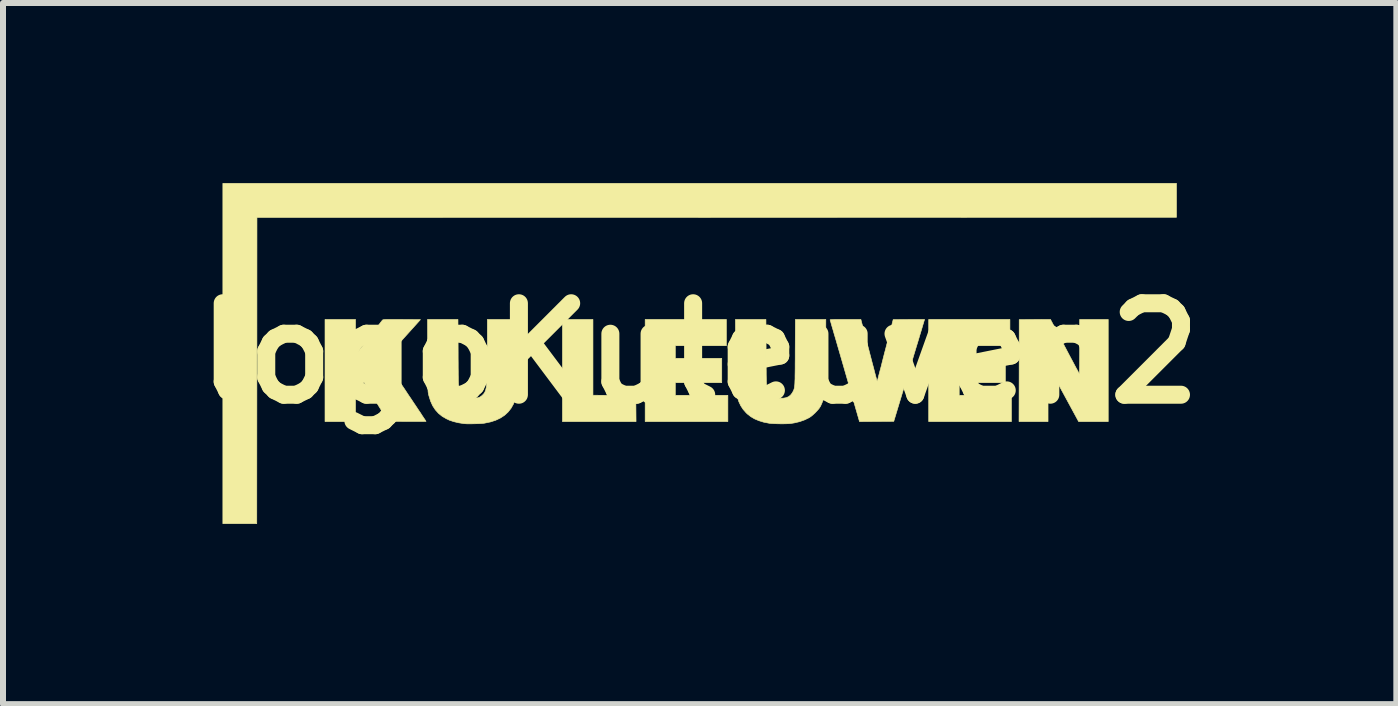
<source format=kicad_pcb>
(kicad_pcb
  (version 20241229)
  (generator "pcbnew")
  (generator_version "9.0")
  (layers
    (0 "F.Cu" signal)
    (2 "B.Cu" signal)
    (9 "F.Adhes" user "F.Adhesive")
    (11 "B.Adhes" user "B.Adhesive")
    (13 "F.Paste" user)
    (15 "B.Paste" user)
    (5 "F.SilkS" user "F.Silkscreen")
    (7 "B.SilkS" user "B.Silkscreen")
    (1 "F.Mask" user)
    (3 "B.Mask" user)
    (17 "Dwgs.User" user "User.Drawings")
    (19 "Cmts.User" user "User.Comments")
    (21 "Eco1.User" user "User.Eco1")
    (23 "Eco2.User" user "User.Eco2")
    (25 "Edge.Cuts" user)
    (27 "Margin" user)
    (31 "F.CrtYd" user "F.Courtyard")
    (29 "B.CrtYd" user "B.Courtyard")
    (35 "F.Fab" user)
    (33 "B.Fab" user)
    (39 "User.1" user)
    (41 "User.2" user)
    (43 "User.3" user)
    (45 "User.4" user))
  (footprint "logoKuleuven2"
    (layer "F.Cu")
    (at 8.607 2.837)
    (property "Reference" "logoKuleuven2" (at 0 0 0) (layer "F.SilkS") (effects (font (size 1.524 1.524) (thickness 0.3))))
    (attr through_hole)
    (fp_poly (pts (xy -1.778 0.698) (xy -1.421 0.7) (xy -1.064 0.702) (xy -1.062 0.919) (xy -1.06 1.137) (xy -2.286 1.137) (xy -2.286 -0.565) (xy -1.778 -0.565) (xy -1.778 0.698)) (stroke (width 0.01) (type solid)) (fill yes) (layer "F.SilkS"))
    (fp_poly (pts (xy 7.944 -2.55) (xy 7.944 -2.267) (xy 0.284 -2.265) (xy -7.376 -2.264) (xy -7.377 0.287) (xy -7.379 2.838) (xy -7.944 2.838) (xy -7.944 -2.832) (xy 7.944 -2.832) (xy 7.944 -2.55)) (stroke (width 0.01) (type solid)) (fill yes) (layer "F.SilkS"))
    (fp_poly (pts (xy 0.445 -0.127) (xy -0.406 -0.127) (xy -0.406 0.083) (xy 0.368 0.083) (xy 0.368 0.489) (xy -0.406 0.489) (xy -0.406 0.699) (xy 0.47 0.699) (xy 0.47 1.137) (xy -0.908 1.137) (xy -0.908 -0.565) (xy 0.445 -0.565) (xy 0.445 -0.127)) (stroke (width 0.01) (type solid)) (fill yes) (layer "F.SilkS"))
    (fp_poly (pts (xy 5.169 -0.127) (xy 4.324 -0.127) (xy 4.324 0.083) (xy 5.093 0.083) (xy 5.093 0.489) (xy 4.324 0.489) (xy 4.324 0.699) (xy 5.194 0.699) (xy 5.194 1.137) (xy 3.816 1.137) (xy 3.816 -0.565) (xy 5.169 -0.565) (xy 5.169 -0.127)) (stroke (width 0.01) (type solid)) (fill yes) (layer "F.SilkS"))
    (fp_poly (pts (xy 6.807 1.137) (xy 6.314 1.137) (xy 6.065 0.678) (xy 6.026 0.607) (xy 5.99 0.54) (xy 5.955 0.476) (xy 5.923 0.418) (xy 5.894 0.365) (xy 5.868 0.318) (xy 5.847 0.279) (xy 5.83 0.249) (xy 5.818 0.227) (xy 5.811 0.215) (xy 5.81 0.213) (xy 5.809 0.218) (xy 5.808 0.235) (xy 5.807 0.264) (xy 5.806 0.303) (xy 5.805 0.352) (xy 5.805 0.411) (xy 5.804 0.478) (xy 5.804 0.553) (xy 5.804 0.636) (xy 5.804 0.672) (xy 5.804 1.137) (xy 5.321 1.137) (xy 5.323 0.287) (xy 5.324 -0.562) (xy 5.585 -0.564) (xy 5.845 -0.565) (xy 6.079 -0.121) (xy 6.116 -0.051) (xy 6.151 0.016) (xy 6.184 0.078) (xy 6.215 0.136) (xy 6.243 0.189) (xy 6.267 0.234) (xy 6.288 0.272) (xy 6.304 0.302) (xy 6.315 0.323) (xy 6.321 0.333) (xy 6.322 0.334) (xy 6.323 0.335) (xy 6.325 0.332) (xy 6.326 0.325) (xy 6.327 0.313) (xy 6.328 0.294) (xy 6.329 0.269) (xy 6.329 0.236) (xy 6.33 0.195) (xy 6.33 0.145) (xy 6.33 0.084) (xy 6.331 0.013) (xy 6.331 -0.07) (xy 6.331 -0.11) (xy 6.331 -0.565) (xy 6.807 -0.565) (xy 6.807 1.137)) (stroke (width 0.01) (type solid)) (fill yes) (layer "F.SilkS"))
    (fp_poly (pts (xy 2.692 -0.541) (xy 2.694 -0.532) (xy 2.7 -0.51) (xy 2.708 -0.479) (xy 2.719 -0.438) (xy 2.732 -0.389) (xy 2.746 -0.333) (xy 2.763 -0.27) (xy 2.781 -0.202) (xy 2.8 -0.129) (xy 2.82 -0.053) (xy 2.826 -0.029) (xy 2.846 0.048) (xy 2.865 0.121) (xy 2.883 0.189) (xy 2.9 0.252) (xy 2.914 0.308) (xy 2.927 0.357) (xy 2.938 0.398) (xy 2.947 0.43) (xy 2.953 0.451) (xy 2.956 0.462) (xy 2.956 0.463) (xy 2.957 0.463) (xy 2.958 0.462) (xy 2.959 0.459) (xy 2.961 0.453) (xy 2.964 0.444) (xy 2.968 0.43) (xy 2.973 0.412) (xy 2.979 0.387) (xy 2.987 0.356) (xy 2.997 0.318) (xy 3.009 0.272) (xy 3.024 0.217) (xy 3.04 0.152) (xy 3.059 0.077) (xy 3.081 -0.009) (xy 3.098 -0.073) (xy 3.224 -0.562) (xy 3.485 -0.564) (xy 3.541 -0.564) (xy 3.593 -0.564) (xy 3.64 -0.564) (xy 3.68 -0.564) (xy 3.711 -0.564) (xy 3.734 -0.564) (xy 3.745 -0.564) (xy 3.747 -0.563) (xy 3.745 -0.557) (xy 3.739 -0.54) (xy 3.731 -0.511) (xy 3.719 -0.473) (xy 3.705 -0.425) (xy 3.688 -0.368) (xy 3.668 -0.303) (xy 3.647 -0.232) (xy 3.623 -0.153) (xy 3.597 -0.068) (xy 3.57 0.021) (xy 3.542 0.116) (xy 3.512 0.214) (xy 3.49 0.286) (xy 3.234 1.133) (xy 2.663 1.137) (xy 2.42 0.294) (xy 2.391 0.193) (xy 2.363 0.096) (xy 2.336 0.003) (xy 2.31 -0.086) (xy 2.286 -0.169) (xy 2.264 -0.246) (xy 2.243 -0.316) (xy 2.225 -0.379) (xy 2.209 -0.433) (xy 2.196 -0.478) (xy 2.186 -0.514) (xy 2.178 -0.54) (xy 2.174 -0.554) (xy 2.173 -0.557) (xy 2.175 -0.559) (xy 2.182 -0.561) (xy 2.196 -0.562) (xy 2.218 -0.563) (xy 2.248 -0.564) (xy 2.288 -0.565) (xy 2.338 -0.565) (xy 2.399 -0.565) (xy 2.428 -0.565) (xy 2.686 -0.565) (xy 2.692 -0.541)) (stroke (width 0.01) (type solid)) (fill yes) (layer "F.SilkS"))
    (fp_poly (pts (xy 1.849 -0.565) (xy 2.102 -0.565) (xy 2.1 0.027) (xy 2.1 0.127) (xy 2.099 0.216) (xy 2.099 0.293) (xy 2.099 0.36) (xy 2.098 0.418) (xy 2.098 0.468) (xy 2.097 0.509) (xy 2.096 0.544) (xy 2.095 0.573) (xy 2.095 0.597) (xy 2.093 0.616) (xy 2.092 0.632) (xy 2.091 0.646) (xy 2.089 0.657) (xy 2.087 0.668) (xy 2.085 0.679) (xy 2.085 0.68) (xy 2.071 0.732) (xy 2.054 0.786) (xy 2.034 0.836) (xy 2.014 0.88) (xy 2.006 0.893) (xy 1.986 0.923) (xy 1.957 0.956) (xy 1.924 0.991) (xy 1.889 1.023) (xy 1.855 1.051) (xy 1.826 1.071) (xy 1.75 1.108) (xy 1.666 1.138) (xy 1.577 1.159) (xy 1.521 1.168) (xy 1.487 1.171) (xy 1.444 1.173) (xy 1.395 1.174) (xy 1.343 1.174) (xy 1.291 1.173) (xy 1.242 1.171) (xy 1.199 1.169) (xy 1.165 1.166) (xy 1.159 1.165) (xy 1.067 1.147) (xy 0.986 1.122) (xy 0.913 1.091) (xy 0.849 1.053) (xy 0.791 1.007) (xy 0.772 0.988) (xy 0.723 0.932) (xy 0.684 0.872) (xy 0.652 0.804) (xy 0.627 0.728) (xy 0.617 0.687) (xy 0.601 0.613) (xy 0.599 0.024) (xy 0.596 -0.565) (xy 1.104 -0.565) (xy 1.107 -0.024) (xy 1.107 0.073) (xy 1.108 0.159) (xy 1.108 0.233) (xy 1.109 0.297) (xy 1.109 0.352) (xy 1.11 0.399) (xy 1.111 0.437) (xy 1.111 0.469) (xy 1.113 0.495) (xy 1.114 0.516) (xy 1.115 0.532) (xy 1.116 0.545) (xy 1.118 0.555) (xy 1.119 0.56) (xy 1.133 0.607) (xy 1.149 0.644) (xy 1.169 0.675) (xy 1.181 0.688) (xy 1.208 0.712) (xy 1.238 0.73) (xy 1.274 0.741) (xy 1.319 0.747) (xy 1.337 0.748) (xy 1.394 0.747) (xy 1.441 0.739) (xy 1.481 0.722) (xy 1.513 0.697) (xy 1.54 0.663) (xy 1.547 0.65) (xy 1.555 0.637) (xy 1.561 0.625) (xy 1.566 0.613) (xy 1.571 0.601) (xy 1.575 0.587) (xy 1.579 0.57) (xy 1.581 0.55) (xy 1.584 0.526) (xy 1.586 0.497) (xy 1.587 0.463) (xy 1.589 0.421) (xy 1.589 0.372) (xy 1.59 0.315) (xy 1.591 0.248) (xy 1.591 0.172) (xy 1.592 0.084) (xy 1.592 -0.016) (xy 1.592 -0.021) (xy 1.595 -0.565) (xy 1.849 -0.565)) (stroke (width 0.01) (type solid)) (fill yes) (layer "F.SilkS"))
    (fp_poly (pts (xy -5.734 -0.272) (xy -5.734 -0.203) (xy -5.734 -0.146) (xy -5.734 -0.1) (xy -5.734 -0.063) (xy -5.733 -0.035) (xy -5.732 -0.015) (xy -5.731 -0.001) (xy -5.73 0.008) (xy -5.728 0.012) (xy -5.726 0.013) (xy -5.724 0.011) (xy -5.722 0.009) (xy -5.716 0.002) (xy -5.703 -0.014) (xy -5.684 -0.039) (xy -5.659 -0.071) (xy -5.629 -0.108) (xy -5.596 -0.151) (xy -5.56 -0.199) (xy -5.521 -0.249) (xy -5.502 -0.273) (xy -5.463 -0.325) (xy -5.425 -0.373) (xy -5.39 -0.418) (xy -5.359 -0.458) (xy -5.332 -0.493) (xy -5.311 -0.521) (xy -5.295 -0.541) (xy -5.286 -0.552) (xy -5.284 -0.554) (xy -5.281 -0.557) (xy -5.276 -0.559) (xy -5.268 -0.56) (xy -5.257 -0.562) (xy -5.241 -0.563) (xy -5.219 -0.564) (xy -5.19 -0.564) (xy -5.152 -0.564) (xy -5.106 -0.564) (xy -5.049 -0.564) (xy -4.981 -0.564) (xy -4.963 -0.564) (xy -4.652 -0.562) (xy -4.949 -0.232) (xy -5.005 -0.169) (xy -5.057 -0.111) (xy -5.103 -0.059) (xy -5.144 -0.013) (xy -5.178 0.026) (xy -5.205 0.058) (xy -5.225 0.083) (xy -5.238 0.099) (xy -5.242 0.106) (xy -5.242 0.106) (xy -5.238 0.113) (xy -5.228 0.129) (xy -5.211 0.154) (xy -5.189 0.188) (xy -5.162 0.229) (xy -5.13 0.277) (xy -5.093 0.331) (xy -5.054 0.391) (xy -5.011 0.455) (xy -4.965 0.524) (xy -4.917 0.595) (xy -4.899 0.622) (xy -4.851 0.695) (xy -4.804 0.764) (xy -4.761 0.829) (xy -4.72 0.89) (xy -4.683 0.946) (xy -4.649 0.996) (xy -4.621 1.04) (xy -4.597 1.076) (xy -4.578 1.103) (xy -4.566 1.123) (xy -4.56 1.132) (xy -4.559 1.133) (xy -4.565 1.134) (xy -4.583 1.134) (xy -4.611 1.135) (xy -4.648 1.135) (xy -4.693 1.135) (xy -4.744 1.135) (xy -4.801 1.135) (xy -4.863 1.135) (xy -4.875 1.135) (xy -5.19 1.133) (xy -5.389 0.81) (xy -5.425 0.752) (xy -5.458 0.697) (xy -5.49 0.646) (xy -5.518 0.601) (xy -5.543 0.561) (xy -5.563 0.529) (xy -5.579 0.505) (xy -5.589 0.489) (xy -5.593 0.484) (xy -5.599 0.488) (xy -5.611 0.5) (xy -5.629 0.518) (xy -5.651 0.542) (xy -5.666 0.558) (xy -5.734 0.634) (xy -5.734 1.137) (xy -6.242 1.137) (xy -6.242 -0.565) (xy -5.734 -0.565) (xy -5.734 -0.272)) (stroke (width 0.01) (type solid)) (fill yes) (layer "F.SilkS"))
    (fp_poly (pts (xy -4.024 -0.017) (xy -4.024 0.08) (xy -4.023 0.165) (xy -4.023 0.239) (xy -4.022 0.304) (xy -4.022 0.358) (xy -4.021 0.405) (xy -4.021 0.443) (xy -4.02 0.475) (xy -4.019 0.501) (xy -4.018 0.521) (xy -4.017 0.538) (xy -4.015 0.55) (xy -4.013 0.561) (xy -4.012 0.569) (xy -4.011 0.57) (xy -3.994 0.621) (xy -3.973 0.662) (xy -3.947 0.694) (xy -3.914 0.718) (xy -3.9 0.725) (xy -3.882 0.734) (xy -3.867 0.74) (xy -3.852 0.743) (xy -3.833 0.745) (xy -3.808 0.746) (xy -3.778 0.746) (xy -3.735 0.745) (xy -3.7 0.741) (xy -3.673 0.734) (xy -3.65 0.721) (xy -3.627 0.704) (xy -3.616 0.693) (xy -3.604 0.681) (xy -3.593 0.668) (xy -3.584 0.653) (xy -3.575 0.637) (xy -3.568 0.619) (xy -3.562 0.597) (xy -3.556 0.57) (xy -3.552 0.539) (xy -3.548 0.502) (xy -3.545 0.459) (xy -3.543 0.408) (xy -3.541 0.35) (xy -3.539 0.283) (xy -3.538 0.206) (xy -3.538 0.119) (xy -3.537 0.021) (xy -3.537 -0.088) (xy -3.537 -0.119) (xy -3.537 -0.565) (xy -3.029 -0.565) (xy -3.029 -0.03) (xy -3.029 0.057) (xy -3.029 0.141) (xy -3.03 0.221) (xy -3.03 0.295) (xy -3.031 0.363) (xy -3.031 0.424) (xy -3.032 0.477) (xy -3.033 0.52) (xy -3.034 0.553) (xy -3.035 0.574) (xy -3.035 0.578) (xy -3.049 0.676) (xy -3.071 0.765) (xy -3.103 0.845) (xy -3.143 0.916) (xy -3.193 0.979) (xy -3.252 1.033) (xy -3.321 1.078) (xy -3.399 1.115) (xy -3.486 1.143) (xy -3.583 1.163) (xy -3.595 1.165) (xy -3.622 1.168) (xy -3.657 1.17) (xy -3.7 1.172) (xy -3.746 1.173) (xy -3.793 1.174) (xy -3.838 1.174) (xy -3.879 1.174) (xy -3.912 1.172) (xy -3.934 1.17) (xy -4.022 1.156) (xy -4.1 1.137) (xy -4.169 1.114) (xy -4.218 1.091) (xy -4.289 1.05) (xy -4.351 1) (xy -4.404 0.941) (xy -4.448 0.874) (xy -4.483 0.797) (xy -4.51 0.711) (xy -4.516 0.689) (xy -4.518 0.678) (xy -4.52 0.667) (xy -4.522 0.657) (xy -4.524 0.644) (xy -4.525 0.63) (xy -4.526 0.613) (xy -4.527 0.592) (xy -4.528 0.567) (xy -4.529 0.536) (xy -4.53 0.498) (xy -4.53 0.454) (xy -4.531 0.401) (xy -4.531 0.34) (xy -4.531 0.269) (xy -4.532 0.188) (xy -4.532 0.095) (xy -4.532 0.03) (xy -4.534 -0.565) (xy -4.28 -0.565) (xy -4.027 -0.565) (xy -4.024 -0.017)) (stroke (width 0.01) (type solid)) (fill yes) (layer "F.SilkS")))
  (gr_rect
    (start -3 -3)
    (end 20.214 8.681)
    (stroke (width 0.1) (type default))
    (fill no)
    (layer "Edge.Cuts")))
</source>
